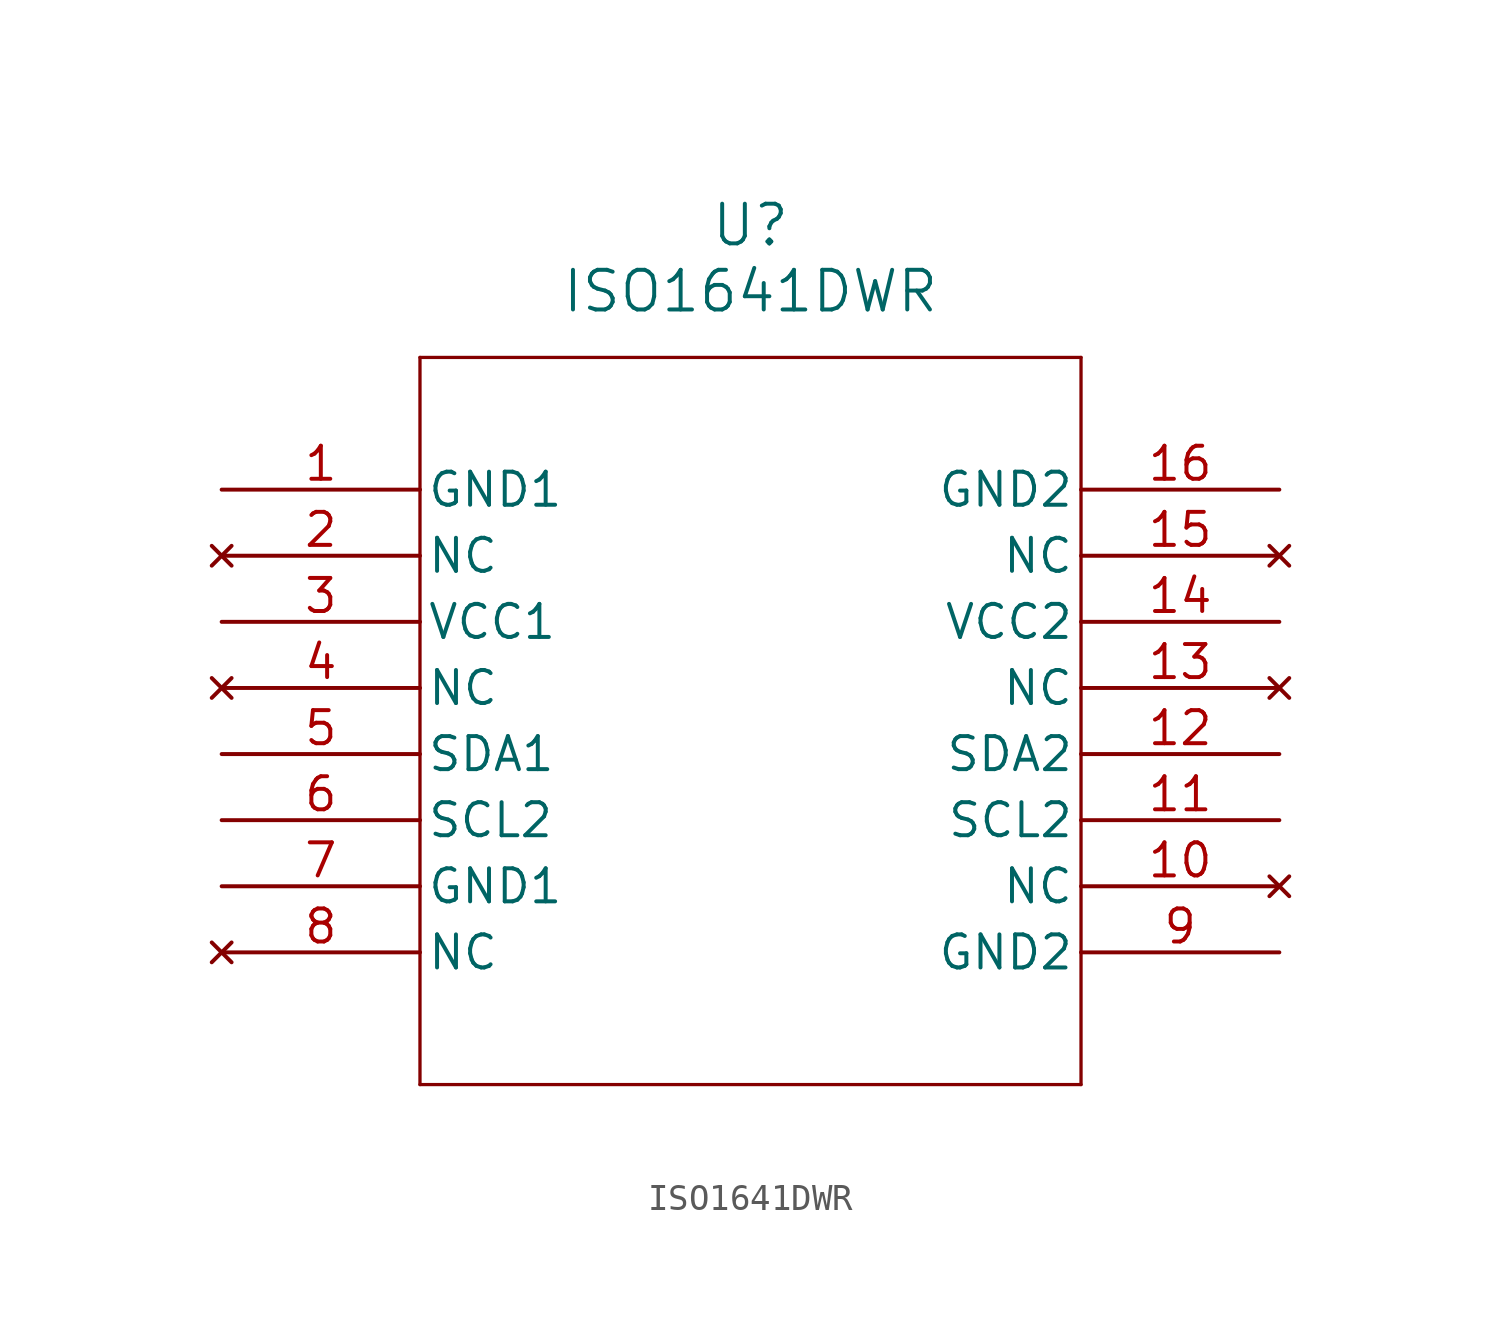
<source format=kicad_sym>
(kicad_symbol_lib
  (version 20211014)
  (generator kicad_symbol_editor)
  (symbol "ISO1641DWR"
    (pin_names
      (offset 0.254))
    (property "Reference" "U"
      (at 20.32 10.16 0)
      (effects (font (size 1.524 1.524))))
    (property "Value" "ISO1641DWR"
      (at 20.32 7.62 0)
      (effects (font (size 1.524 1.524))))
    (symbol "ISO1641DWR_0_1"
      (polyline (pts (xy 7.62 5.08) (xy 7.62 -22.86)) (stroke (width 0.127) (type default) (color 0 0 0 0)) (fill (type none)))
      (polyline (pts (xy 7.62 -22.86) (xy 33.02 -22.86)) (stroke (width 0.127) (type default) (color 0 0 0 0)) (fill (type none)))
      (polyline (pts (xy 33.02 -22.86) (xy 33.02 5.08)) (stroke (width 0.127) (type default) (color 0 0 0 0)) (fill (type none)))
      (polyline (pts (xy 33.02 5.08) (xy 7.62 5.08)) (stroke (width 0.127) (type default) (color 0 0 0 0)) (fill (type none)))
      (pin power_out line (at 0 0 0) (length 7.62) (name "GND1" (effects (font (size 1.27 1.27)))) (number "1" (effects (font (size 1.27 1.27)))))
      (pin no_connect line (at 0 -2.54 0) (length 7.62) (name "NC" (effects (font (size 1.27 1.27)))) (number "2" (effects (font (size 1.27 1.27)))))
      (pin power_in line (at 0 -5.08 0) (length 7.62) (name "VCC1" (effects (font (size 1.27 1.27)))) (number "3" (effects (font (size 1.27 1.27)))))
      (pin no_connect line (at 0 -7.62 0) (length 7.62) (name "NC" (effects (font (size 1.27 1.27)))) (number "4" (effects (font (size 1.27 1.27)))))
      (pin bidirectional line (at 0 -10.16 0) (length 7.62) (name "SDA1" (effects (font (size 1.27 1.27)))) (number "5" (effects (font (size 1.27 1.27)))))
      (pin bidirectional line (at 0 -12.7 0) (length 7.62) (name "SCL2" (effects (font (size 1.27 1.27)))) (number "6" (effects (font (size 1.27 1.27)))))
      (pin power_out line (at 0 -15.24 0) (length 7.62) (name "GND1" (effects (font (size 1.27 1.27)))) (number "7" (effects (font (size 1.27 1.27)))))
      (pin no_connect line (at 0 -17.78 0) (length 7.62) (name "NC" (effects (font (size 1.27 1.27)))) (number "8" (effects (font (size 1.27 1.27)))))
      (pin power_out line (at 40.64 -17.78 180) (length 7.62) (name "GND2" (effects (font (size 1.27 1.27)))) (number "9" (effects (font (size 1.27 1.27)))))
      (pin no_connect line (at 40.64 -15.24 180) (length 7.62) (name "NC" (effects (font (size 1.27 1.27)))) (number "10" (effects (font (size 1.27 1.27)))))
      (pin bidirectional line (at 40.64 -12.7 180) (length 7.62) (name "SCL2" (effects (font (size 1.27 1.27)))) (number "11" (effects (font (size 1.27 1.27)))))
      (pin bidirectional line (at 40.64 -10.16 180) (length 7.62) (name "SDA2" (effects (font (size 1.27 1.27)))) (number "12" (effects (font (size 1.27 1.27)))))
      (pin no_connect line (at 40.64 -7.62 180) (length 7.62) (name "NC" (effects (font (size 1.27 1.27)))) (number "13" (effects (font (size 1.27 1.27)))))
      (pin power_in line (at 40.64 -5.08 180) (length 7.62) (name "VCC2" (effects (font (size 1.27 1.27)))) (number "14" (effects (font (size 1.27 1.27)))))
      (pin no_connect line (at 40.64 -2.54 180) (length 7.62) (name "NC" (effects (font (size 1.27 1.27)))) (number "15" (effects (font (size 1.27 1.27)))))
      (pin power_out line (at 40.64 0 180) (length 7.62) (name "GND2" (effects (font (size 1.27 1.27)))) (number "16" (effects (font (size 1.27 1.27))))))))
</source>
